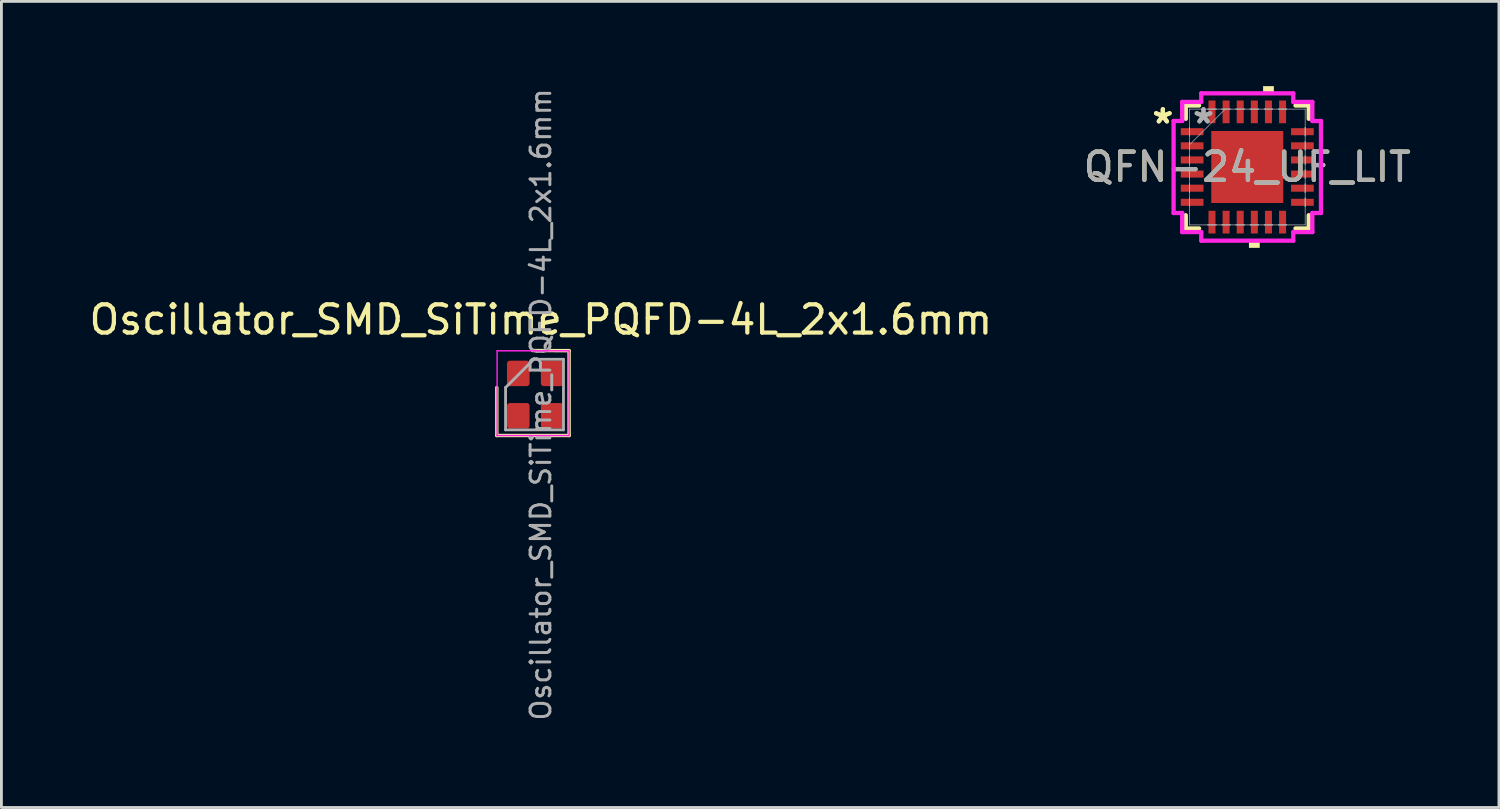
<source format=kicad_pcb>
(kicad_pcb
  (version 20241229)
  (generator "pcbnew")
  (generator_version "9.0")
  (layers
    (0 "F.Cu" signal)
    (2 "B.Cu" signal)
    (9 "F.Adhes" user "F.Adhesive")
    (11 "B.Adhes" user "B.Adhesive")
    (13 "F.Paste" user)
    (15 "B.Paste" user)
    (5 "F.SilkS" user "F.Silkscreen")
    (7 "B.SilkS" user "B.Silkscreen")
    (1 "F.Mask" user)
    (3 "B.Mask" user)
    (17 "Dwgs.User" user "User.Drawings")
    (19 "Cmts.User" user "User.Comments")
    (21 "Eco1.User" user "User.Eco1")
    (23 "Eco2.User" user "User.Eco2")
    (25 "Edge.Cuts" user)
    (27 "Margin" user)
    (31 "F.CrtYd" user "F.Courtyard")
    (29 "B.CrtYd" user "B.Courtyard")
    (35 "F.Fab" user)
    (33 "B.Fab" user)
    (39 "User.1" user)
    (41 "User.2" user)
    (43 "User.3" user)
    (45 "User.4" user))
  (footprint "QFN-24_UF_LIT"
    (layer "F.Cu")
    (at 41.113 2.863)
    (property "Reference" "QFN-24_UF_LIT" (at 0 0 0) (unlocked yes) (layer "F.SilkS") (effects (font (size 1 1) (thickness 0.15))))
    (attr smd)
    (fp_line (start -2.177 -2.177) (end -2.177 -1.707) (stroke (width 0.152) (type solid)) (layer "F.SilkS"))
    (fp_line (start -2.177 1.707) (end -2.177 2.177) (stroke (width 0.152) (type solid)) (layer "F.SilkS"))
    (fp_line (start -2.177 2.177) (end -1.707 2.177) (stroke (width 0.152) (type solid)) (layer "F.SilkS"))
    (fp_line (start -1.707 -2.177) (end -2.177 -2.177) (stroke (width 0.152) (type solid)) (layer "F.SilkS"))
    (fp_line (start 1.707 2.177) (end 2.177 2.177) (stroke (width 0.152) (type solid)) (layer "F.SilkS"))
    (fp_line (start 2.177 -2.177) (end 1.707 -2.177) (stroke (width 0.152) (type solid)) (layer "F.SilkS"))
    (fp_line (start 2.177 -1.707) (end 2.177 -2.177) (stroke (width 0.152) (type solid)) (layer "F.SilkS"))
    (fp_line (start 2.177 2.177) (end 2.177 1.707) (stroke (width 0.152) (type solid)) (layer "F.SilkS"))
    (fp_poly (pts (xy 0.059 2.609) (xy 0.059 2.863) (xy 0.441 2.863) (xy 0.441 2.609)) (stroke (width 0) (type solid)) (fill yes) (layer "F.SilkS"))
    (fp_poly (pts (xy 0.56 -2.609) (xy 0.56 -2.863) (xy 0.941 -2.863) (xy 0.941 -2.609)) (stroke (width 0) (type solid)) (fill yes) (layer "F.SilkS"))
    (fp_poly (pts (xy -1.175 -1.175) (xy -1.175 -0.1) (xy -0.1 -0.1) (xy -0.1 -1.175)) (stroke (width 0) (type solid)) (fill yes) (layer "F.Paste"))
    (fp_poly (pts (xy -1.175 0.1) (xy -1.175 1.175) (xy -0.1 1.175) (xy -0.1 0.1)) (stroke (width 0) (type solid)) (fill yes) (layer "F.Paste"))
    (fp_poly (pts (xy 0.1 -1.175) (xy 0.1 -0.1) (xy 1.175 -0.1) (xy 1.175 -1.175)) (stroke (width 0) (type solid)) (fill yes) (layer "F.Paste"))
    (fp_poly (pts (xy 0.1 0.1) (xy 0.1 1.175) (xy 1.175 1.175) (xy 1.175 0.1)) (stroke (width 0) (type solid)) (fill yes) (layer "F.Paste"))
    (fp_line (start -2.609 -1.629) (end -2.304 -1.629) (stroke (width 0.152) (type solid)) (layer "F.CrtYd"))
    (fp_line (start -2.609 1.629) (end -2.609 -1.629) (stroke (width 0.152) (type solid)) (layer "F.CrtYd"))
    (fp_line (start -2.304 -2.304) (end -1.629 -2.304) (stroke (width 0.152) (type solid)) (layer "F.CrtYd"))
    (fp_line (start -2.304 -1.629) (end -2.304 -2.304) (stroke (width 0.152) (type solid)) (layer "F.CrtYd"))
    (fp_line (start -2.304 1.629) (end -2.609 1.629) (stroke (width 0.152) (type solid)) (layer "F.CrtYd"))
    (fp_line (start -2.304 2.304) (end -2.304 1.629) (stroke (width 0.152) (type solid)) (layer "F.CrtYd"))
    (fp_line (start -1.629 -2.609) (end 1.629 -2.609) (stroke (width 0.152) (type solid)) (layer "F.CrtYd"))
    (fp_line (start -1.629 -2.304) (end -1.629 -2.609) (stroke (width 0.152) (type solid)) (layer "F.CrtYd"))
    (fp_line (start -1.629 2.304) (end -2.304 2.304) (stroke (width 0.152) (type solid)) (layer "F.CrtYd"))
    (fp_line (start -1.629 2.609) (end -1.629 2.304) (stroke (width 0.152) (type solid)) (layer "F.CrtYd"))
    (fp_line (start 1.629 -2.609) (end 1.629 -2.304) (stroke (width 0.152) (type solid)) (layer "F.CrtYd"))
    (fp_line (start 1.629 -2.304) (end 2.304 -2.304) (stroke (width 0.152) (type solid)) (layer "F.CrtYd"))
    (fp_line (start 1.629 2.304) (end 1.629 2.609) (stroke (width 0.152) (type solid)) (layer "F.CrtYd"))
    (fp_line (start 1.629 2.609) (end -1.629 2.609) (stroke (width 0.152) (type solid)) (layer "F.CrtYd"))
    (fp_line (start 2.304 -2.304) (end 2.304 -1.629) (stroke (width 0.152) (type solid)) (layer "F.CrtYd"))
    (fp_line (start 2.304 -1.629) (end 2.609 -1.629) (stroke (width 0.152) (type solid)) (layer "F.CrtYd"))
    (fp_line (start 2.304 1.629) (end 2.304 2.304) (stroke (width 0.152) (type solid)) (layer "F.CrtYd"))
    (fp_line (start 2.304 2.304) (end 1.629 2.304) (stroke (width 0.152) (type solid)) (layer "F.CrtYd"))
    (fp_line (start 2.609 -1.629) (end 2.609 1.629) (stroke (width 0.152) (type solid)) (layer "F.CrtYd"))
    (fp_line (start 2.609 1.629) (end 2.304 1.629) (stroke (width 0.152) (type solid)) (layer "F.CrtYd"))
    (fp_line (start -2.05 -2.05) (end -2.05 -2.05) (stroke (width 0.025) (type solid)) (layer "F.Fab"))
    (fp_line (start -2.05 -2.05) (end -2.05 2.05) (stroke (width 0.025) (type solid)) (layer "F.Fab"))
    (fp_line (start -2.05 -1.4) (end -2.05 -1.4) (stroke (width 0.025) (type solid)) (layer "F.Fab"))
    (fp_line (start -2.05 -1.4) (end -2.05 -1.1) (stroke (width 0.025) (type solid)) (layer "F.Fab"))
    (fp_line (start -2.05 -1.1) (end -2.05 -1.4) (stroke (width 0.025) (type solid)) (layer "F.Fab"))
    (fp_line (start -2.05 -1.1) (end -2.05 -1.1) (stroke (width 0.025) (type solid)) (layer "F.Fab"))
    (fp_line (start -2.05 -0.9) (end -2.05 -0.9) (stroke (width 0.025) (type solid)) (layer "F.Fab"))
    (fp_line (start -2.05 -0.9) (end -2.05 -0.6) (stroke (width 0.025) (type solid)) (layer "F.Fab"))
    (fp_line (start -2.05 -0.78) (end -0.78 -2.05) (stroke (width 0.025) (type solid)) (layer "F.Fab"))
    (fp_line (start -2.05 -0.6) (end -2.05 -0.9) (stroke (width 0.025) (type solid)) (layer "F.Fab"))
    (fp_line (start -2.05 -0.6) (end -2.05 -0.6) (stroke (width 0.025) (type solid)) (layer "F.Fab"))
    (fp_line (start -2.05 -0.4) (end -2.05 -0.4) (stroke (width 0.025) (type solid)) (layer "F.Fab"))
    (fp_line (start -2.05 -0.4) (end -2.05 -0.1) (stroke (width 0.025) (type solid)) (layer "F.Fab"))
    (fp_line (start -2.05 -0.1) (end -2.05 -0.4) (stroke (width 0.025) (type solid)) (layer "F.Fab"))
    (fp_line (start -2.05 -0.1) (end -2.05 -0.1) (stroke (width 0.025) (type solid)) (layer "F.Fab"))
    (fp_line (start -2.05 0.1) (end -2.05 0.1) (stroke (width 0.025) (type solid)) (layer "F.Fab"))
    (fp_line (start -2.05 0.1) (end -2.05 0.4) (stroke (width 0.025) (type solid)) (layer "F.Fab"))
    (fp_line (start -2.05 0.4) (end -2.05 0.1) (stroke (width 0.025) (type solid)) (layer "F.Fab"))
    (fp_line (start -2.05 0.4) (end -2.05 0.4) (stroke (width 0.025) (type solid)) (layer "F.Fab"))
    (fp_line (start -2.05 0.6) (end -2.05 0.6) (stroke (width 0.025) (type solid)) (layer "F.Fab"))
    (fp_line (start -2.05 0.6) (end -2.05 0.9) (stroke (width 0.025) (type solid)) (layer "F.Fab"))
    (fp_line (start -2.05 0.9) (end -2.05 0.6) (stroke (width 0.025) (type solid)) (layer "F.Fab"))
    (fp_line (start -2.05 0.9) (end -2.05 0.9) (stroke (width 0.025) (type solid)) (layer "F.Fab"))
    (fp_line (start -2.05 1.1) (end -2.05 1.1) (stroke (width 0.025) (type solid)) (layer "F.Fab"))
    (fp_line (start -2.05 1.1) (end -2.05 1.4) (stroke (width 0.025) (type solid)) (layer "F.Fab"))
    (fp_line (start -2.05 1.4) (end -2.05 1.1) (stroke (width 0.025) (type solid)) (layer "F.Fab"))
    (fp_line (start -2.05 1.4) (end -2.05 1.4) (stroke (width 0.025) (type solid)) (layer "F.Fab"))
    (fp_line (start -2.05 2.05) (end -2.05 2.05) (stroke (width 0.025) (type solid)) (layer "F.Fab"))
    (fp_line (start -2.05 2.05) (end 2.05 2.05) (stroke (width 0.025) (type solid)) (layer "F.Fab"))
    (fp_line (start -1.4 -2.05) (end -1.4 -2.05) (stroke (width 0.025) (type solid)) (layer "F.Fab"))
    (fp_line (start -1.4 -2.05) (end -1.1 -2.05) (stroke (width 0.025) (type solid)) (layer "F.Fab"))
    (fp_line (start -1.4 2.05) (end -1.4 2.05) (stroke (width 0.025) (type solid)) (layer "F.Fab"))
    (fp_line (start -1.4 2.05) (end -1.1 2.05) (stroke (width 0.025) (type solid)) (layer "F.Fab"))
    (fp_line (start -1.1 -2.05) (end -1.4 -2.05) (stroke (width 0.025) (type solid)) (layer "F.Fab"))
    (fp_line (start -1.1 -2.05) (end -1.1 -2.05) (stroke (width 0.025) (type solid)) (layer "F.Fab"))
    (fp_line (start -1.1 2.05) (end -1.4 2.05) (stroke (width 0.025) (type solid)) (layer "F.Fab"))
    (fp_line (start -1.1 2.05) (end -1.1 2.05) (stroke (width 0.025) (type solid)) (layer "F.Fab"))
    (fp_line (start -0.9 -2.05) (end -0.9 -2.05) (stroke (width 0.025) (type solid)) (layer "F.Fab"))
    (fp_line (start -0.9 -2.05) (end -0.6 -2.05) (stroke (width 0.025) (type solid)) (layer "F.Fab"))
    (fp_line (start -0.9 2.05) (end -0.9 2.05) (stroke (width 0.025) (type solid)) (layer "F.Fab"))
    (fp_line (start -0.9 2.05) (end -0.6 2.05) (stroke (width 0.025) (type solid)) (layer "F.Fab"))
    (fp_line (start -0.6 -2.05) (end -0.9 -2.05) (stroke (width 0.025) (type solid)) (layer "F.Fab"))
    (fp_line (start -0.6 -2.05) (end -0.6 -2.05) (stroke (width 0.025) (type solid)) (layer "F.Fab"))
    (fp_line (start -0.6 2.05) (end -0.9 2.05) (stroke (width 0.025) (type solid)) (layer "F.Fab"))
    (fp_line (start -0.6 2.05) (end -0.6 2.05) (stroke (width 0.025) (type solid)) (layer "F.Fab"))
    (fp_line (start -0.4 -2.05) (end -0.4 -2.05) (stroke (width 0.025) (type solid)) (layer "F.Fab"))
    (fp_line (start -0.4 -2.05) (end -0.1 -2.05) (stroke (width 0.025) (type solid)) (layer "F.Fab"))
    (fp_line (start -0.4 2.05) (end -0.4 2.05) (stroke (width 0.025) (type solid)) (layer "F.Fab"))
    (fp_line (start -0.4 2.05) (end -0.1 2.05) (stroke (width 0.025) (type solid)) (layer "F.Fab"))
    (fp_line (start -0.1 -2.05) (end -0.4 -2.05) (stroke (width 0.025) (type solid)) (layer "F.Fab"))
    (fp_line (start -0.1 -2.05) (end -0.1 -2.05) (stroke (width 0.025) (type solid)) (layer "F.Fab"))
    (fp_line (start -0.1 2.05) (end -0.4 2.05) (stroke (width 0.025) (type solid)) (layer "F.Fab"))
    (fp_line (start -0.1 2.05) (end -0.1 2.05) (stroke (width 0.025) (type solid)) (layer "F.Fab"))
    (fp_line (start 0.1 -2.05) (end 0.1 -2.05) (stroke (width 0.025) (type solid)) (layer "F.Fab"))
    (fp_line (start 0.1 -2.05) (end 0.4 -2.05) (stroke (width 0.025) (type solid)) (layer "F.Fab"))
    (fp_line (start 0.1 2.05) (end 0.1 2.05) (stroke (width 0.025) (type solid)) (layer "F.Fab"))
    (fp_line (start 0.1 2.05) (end 0.4 2.05) (stroke (width 0.025) (type solid)) (layer "F.Fab"))
    (fp_line (start 0.4 -2.05) (end 0.1 -2.05) (stroke (width 0.025) (type solid)) (layer "F.Fab"))
    (fp_line (start 0.4 -2.05) (end 0.4 -2.05) (stroke (width 0.025) (type solid)) (layer "F.Fab"))
    (fp_line (start 0.4 2.05) (end 0.1 2.05) (stroke (width 0.025) (type solid)) (layer "F.Fab"))
    (fp_line (start 0.4 2.05) (end 0.4 2.05) (stroke (width 0.025) (type solid)) (layer "F.Fab"))
    (fp_line (start 0.6 -2.05) (end 0.6 -2.05) (stroke (width 0.025) (type solid)) (layer "F.Fab"))
    (fp_line (start 0.6 -2.05) (end 0.9 -2.05) (stroke (width 0.025) (type solid)) (layer "F.Fab"))
    (fp_line (start 0.6 2.05) (end 0.6 2.05) (stroke (width 0.025) (type solid)) (layer "F.Fab"))
    (fp_line (start 0.6 2.05) (end 0.9 2.05) (stroke (width 0.025) (type solid)) (layer "F.Fab"))
    (fp_line (start 0.9 -2.05) (end 0.6 -2.05) (stroke (width 0.025) (type solid)) (layer "F.Fab"))
    (fp_line (start 0.9 -2.05) (end 0.9 -2.05) (stroke (width 0.025) (type solid)) (layer "F.Fab"))
    (fp_line (start 0.9 2.05) (end 0.6 2.05) (stroke (width 0.025) (type solid)) (layer "F.Fab"))
    (fp_line (start 0.9 2.05) (end 0.9 2.05) (stroke (width 0.025) (type solid)) (layer "F.Fab"))
    (fp_line (start 1.1 -2.05) (end 1.1 -2.05) (stroke (width 0.025) (type solid)) (layer "F.Fab"))
    (fp_line (start 1.1 -2.05) (end 1.4 -2.05) (stroke (width 0.025) (type solid)) (layer "F.Fab"))
    (fp_line (start 1.1 2.05) (end 1.1 2.05) (stroke (width 0.025) (type solid)) (layer "F.Fab"))
    (fp_line (start 1.1 2.05) (end 1.4 2.05) (stroke (width 0.025) (type solid)) (layer "F.Fab"))
    (fp_line (start 1.4 -2.05) (end 1.1 -2.05) (stroke (width 0.025) (type solid)) (layer "F.Fab"))
    (fp_line (start 1.4 -2.05) (end 1.4 -2.05) (stroke (width 0.025) (type solid)) (layer "F.Fab"))
    (fp_line (start 1.4 2.05) (end 1.1 2.05) (stroke (width 0.025) (type solid)) (layer "F.Fab"))
    (fp_line (start 1.4 2.05) (end 1.4 2.05) (stroke (width 0.025) (type solid)) (layer "F.Fab"))
    (fp_line (start 2.05 -2.05) (end -2.05 -2.05) (stroke (width 0.025) (type solid)) (layer "F.Fab"))
    (fp_line (start 2.05 -2.05) (end 2.05 -2.05) (stroke (width 0.025) (type solid)) (layer "F.Fab"))
    (fp_line (start 2.05 -1.4) (end 2.05 -1.4) (stroke (width 0.025) (type solid)) (layer "F.Fab"))
    (fp_line (start 2.05 -1.4) (end 2.05 -1.1) (stroke (width 0.025) (type solid)) (layer "F.Fab"))
    (fp_line (start 2.05 -1.1) (end 2.05 -1.4) (stroke (width 0.025) (type solid)) (layer "F.Fab"))
    (fp_line (start 2.05 -1.1) (end 2.05 -1.1) (stroke (width 0.025) (type solid)) (layer "F.Fab"))
    (fp_line (start 2.05 -0.9) (end 2.05 -0.9) (stroke (width 0.025) (type solid)) (layer "F.Fab"))
    (fp_line (start 2.05 -0.9) (end 2.05 -0.6) (stroke (width 0.025) (type solid)) (layer "F.Fab"))
    (fp_line (start 2.05 -0.6) (end 2.05 -0.9) (stroke (width 0.025) (type solid)) (layer "F.Fab"))
    (fp_line (start 2.05 -0.6) (end 2.05 -0.6) (stroke (width 0.025) (type solid)) (layer "F.Fab"))
    (fp_line (start 2.05 -0.4) (end 2.05 -0.4) (stroke (width 0.025) (type solid)) (layer "F.Fab"))
    (fp_line (start 2.05 -0.4) (end 2.05 -0.1) (stroke (width 0.025) (type solid)) (layer "F.Fab"))
    (fp_line (start 2.05 -0.1) (end 2.05 -0.4) (stroke (width 0.025) (type solid)) (layer "F.Fab"))
    (fp_line (start 2.05 -0.1) (end 2.05 -0.1) (stroke (width 0.025) (type solid)) (layer "F.Fab"))
    (fp_line (start 2.05 0.1) (end 2.05 0.1) (stroke (width 0.025) (type solid)) (layer "F.Fab"))
    (fp_line (start 2.05 0.1) (end 2.05 0.4) (stroke (width 0.025) (type solid)) (layer "F.Fab"))
    (fp_line (start 2.05 0.4) (end 2.05 0.1) (stroke (width 0.025) (type solid)) (layer "F.Fab"))
    (fp_line (start 2.05 0.4) (end 2.05 0.4) (stroke (width 0.025) (type solid)) (layer "F.Fab"))
    (fp_line (start 2.05 0.6) (end 2.05 0.6) (stroke (width 0.025) (type solid)) (layer "F.Fab"))
    (fp_line (start 2.05 0.6) (end 2.05 0.9) (stroke (width 0.025) (type solid)) (layer "F.Fab"))
    (fp_line (start 2.05 0.9) (end 2.05 0.6) (stroke (width 0.025) (type solid)) (layer "F.Fab"))
    (fp_line (start 2.05 0.9) (end 2.05 0.9) (stroke (width 0.025) (type solid)) (layer "F.Fab"))
    (fp_line (start 2.05 1.1) (end 2.05 1.1) (stroke (width 0.025) (type solid)) (layer "F.Fab"))
    (fp_line (start 2.05 1.1) (end 2.05 1.4) (stroke (width 0.025) (type solid)) (layer "F.Fab"))
    (fp_line (start 2.05 1.4) (end 2.05 1.1) (stroke (width 0.025) (type solid)) (layer "F.Fab"))
    (fp_line (start 2.05 1.4) (end 2.05 1.4) (stroke (width 0.025) (type solid)) (layer "F.Fab"))
    (fp_line (start 2.05 2.05) (end 2.05 -2.05) (stroke (width 0.025) (type solid)) (layer "F.Fab"))
    (fp_line (start 2.05 2.05) (end 2.05 2.05) (stroke (width 0.025) (type solid)) (layer "F.Fab"))
    (fp_text user "*" (at -2.99 -1.5 0) (layer "F.SilkS") (effects (font (size 1 1) (thickness 0.15))))
    (fp_text user "*" (at -2.99 -1.5 0) (unlocked yes) (layer "F.SilkS") (effects (font (size 1 1) (thickness 0.15))))
    (fp_text user "*" (at -1.55 -1.5 0) (unlocked yes) (layer "F.Fab") (effects (font (size 1 1) (thickness 0.15))))
    (fp_text user "${REFERENCE}" (at 0 0 0) (unlocked yes) (layer "F.Fab") (effects (font (size 1 1) (thickness 0.15))))
    (fp_text user "*" (at -1.55 -1.5 0) (layer "F.Fab") (effects (font (size 1 1) (thickness 0.15))))
    (pad "1" smd rect (at -1.952 -1.25 90) (size 0.249 0.805) (layers "F.Cu" "F.Mask" "F.Paste"))
    (pad "2" smd rect (at -1.952 -0.75 90) (size 0.249 0.805) (layers "F.Cu" "F.Mask" "F.Paste"))
    (pad "3" smd rect (at -1.952 -0.25 90) (size 0.249 0.805) (layers "F.Cu" "F.Mask" "F.Paste"))
    (pad "4" smd rect (at -1.952 0.25 90) (size 0.249 0.805) (layers "F.Cu" "F.Mask" "F.Paste"))
    (pad "5" smd rect (at -1.952 0.75 90) (size 0.249 0.805) (layers "F.Cu" "F.Mask" "F.Paste"))
    (pad "6" smd rect (at -1.952 1.25 90) (size 0.249 0.805) (layers "F.Cu" "F.Mask" "F.Paste"))
    (pad "7" smd rect (at -1.25 1.952) (size 0.249 0.805) (layers "F.Cu" "F.Mask" "F.Paste"))
    (pad "8" smd rect (at -0.75 1.952) (size 0.249 0.805) (layers "F.Cu" "F.Mask" "F.Paste"))
    (pad "9" smd rect (at -0.25 1.952) (size 0.249 0.805) (layers "F.Cu" "F.Mask" "F.Paste"))
    (pad "10" smd rect (at 0.25 1.952) (size 0.249 0.805) (layers "F.Cu" "F.Mask" "F.Paste"))
    (pad "11" smd rect (at 0.75 1.952) (size 0.249 0.805) (layers "F.Cu" "F.Mask" "F.Paste"))
    (pad "12" smd rect (at 1.25 1.952) (size 0.249 0.805) (layers "F.Cu" "F.Mask" "F.Paste"))
    (pad "13" smd rect (at 1.952 1.25 90) (size 0.249 0.805) (layers "F.Cu" "F.Mask" "F.Paste"))
    (pad "14" smd rect (at 1.952 0.75 90) (size 0.249 0.805) (layers "F.Cu" "F.Mask" "F.Paste"))
    (pad "15" smd rect (at 1.952 0.25 90) (size 0.249 0.805) (layers "F.Cu" "F.Mask" "F.Paste"))
    (pad "16" smd rect (at 1.952 -0.25 90) (size 0.249 0.805) (layers "F.Cu" "F.Mask" "F.Paste"))
    (pad "17" smd rect (at 1.952 -0.75 90) (size 0.249 0.805) (layers "F.Cu" "F.Mask" "F.Paste"))
    (pad "18" smd rect (at 1.952 -1.25 90) (size 0.249 0.805) (layers "F.Cu" "F.Mask" "F.Paste"))
    (pad "19" smd rect (at 1.25 -1.952) (size 0.249 0.805) (layers "F.Cu" "F.Mask" "F.Paste"))
    (pad "20" smd rect (at 0.75 -1.952) (size 0.249 0.805) (layers "F.Cu" "F.Mask" "F.Paste"))
    (pad "21" smd rect (at 0.25 -1.952) (size 0.249 0.805) (layers "F.Cu" "F.Mask" "F.Paste"))
    (pad "22" smd rect (at -0.25 -1.952) (size 0.249 0.805) (layers "F.Cu" "F.Mask" "F.Paste"))
    (pad "23" smd rect (at -0.75 -1.952) (size 0.249 0.805) (layers "F.Cu" "F.Mask" "F.Paste"))
    (pad "24" smd rect (at -1.25 -1.952) (size 0.249 0.805) (layers "F.Cu" "F.Mask" "F.Paste"))
    (pad "25" smd rect (at 0 0) (size 2.55 2.55) (layers "F.Cu" "F.Mask" "F.Paste")))
  (footprint "Oscillator_SMD_SiTime_PQFD-4L_2x1.6mm"
    (layer "F.Cu")
    (at 16.101 11.271)
    (property "Reference" "Oscillator_SMD_SiTime_PQFD-4L_2x1.6mm" (at 0 -3 0) (layer "F.SilkS") (effects (font (size 1 1) (thickness 0.15))))
    (attr smd)
    (fp_line (start -1.56 -0.6) (end -1.56 1.1) (stroke (width 0.12) (type solid)) (layer "F.SilkS"))
    (fp_line (start 1 -1.905) (end -0.3 -1.91) (stroke (width 0.12) (type solid)) (layer "F.SilkS"))
    (fp_line (start 1 -1.905) (end 1 1.1) (stroke (width 0.12) (type solid)) (layer "F.SilkS"))
    (fp_line (start 1 1.1) (end -1.56 1.1) (stroke (width 0.12) (type solid)) (layer "F.SilkS"))
    (fp_line (start -1.56 1.1) (end 1 1.1) (stroke (width 0.05) (type solid)) (layer "F.CrtYd"))
    (fp_line (start -1.55 -1.9) (end -1.55 1.1) (stroke (width 0.05) (type solid)) (layer "F.CrtYd"))
    (fp_line (start 1 -1.9) (end -1.55 -1.9) (stroke (width 0.05) (type solid)) (layer "F.CrtYd"))
    (fp_line (start 1 1.1) (end 1 -1.903) (stroke (width 0.05) (type solid)) (layer "F.CrtYd"))
    (fp_line (start -1.25 0.9) (end -1.25 -0.6) (stroke (width 0.1) (type solid)) (layer "F.Fab"))
    (fp_line (start -0.25 -1.6) (end -1.25 -0.6) (stroke (width 0.1) (type solid)) (layer "F.Fab"))
    (fp_line (start -0.25 -1.6) (end 0.8 -1.6) (stroke (width 0.1) (type solid)) (layer "F.Fab"))
    (fp_line (start 0.8 -1.6) (end 0.8 0.9) (stroke (width 0.1) (type solid)) (layer "F.Fab"))
    (fp_line (start 0.8 0.9) (end -1.25 0.9) (stroke (width 0.1) (type solid)) (layer "F.Fab"))
    (fp_text user "${REFERENCE}" (at 0 0 270) (layer "F.Fab") (effects (font (size 0.7 0.7) (thickness 0.105))))
    (pad "1" smd roundrect (at 0.4 -1.1) (size 0.8 0.9) (layers "F.Cu" "F.Mask" "F.Paste") (roundrect_rratio 0.125))
    (pad "2" smd roundrect (at 0.4 0.4) (size 0.8 0.9) (layers "F.Cu" "F.Mask" "F.Paste") (roundrect_rratio 0.125))
    (pad "3" smd roundrect (at -0.8 0.4) (size 0.8 0.9) (layers "F.Cu" "F.Mask" "F.Paste") (roundrect_rratio 0.125))
    (pad "4" smd roundrect (at -0.8 -1.1) (size 0.8 0.9) (layers "F.Cu" "F.Mask" "F.Paste") (roundrect_rratio 0.125)))
  (gr_rect
    (start -3 -3)
    (end 50.024 25.542)
    (stroke (width 0.1) (type default))
    (fill no)
    (layer "Edge.Cuts")))
</source>
